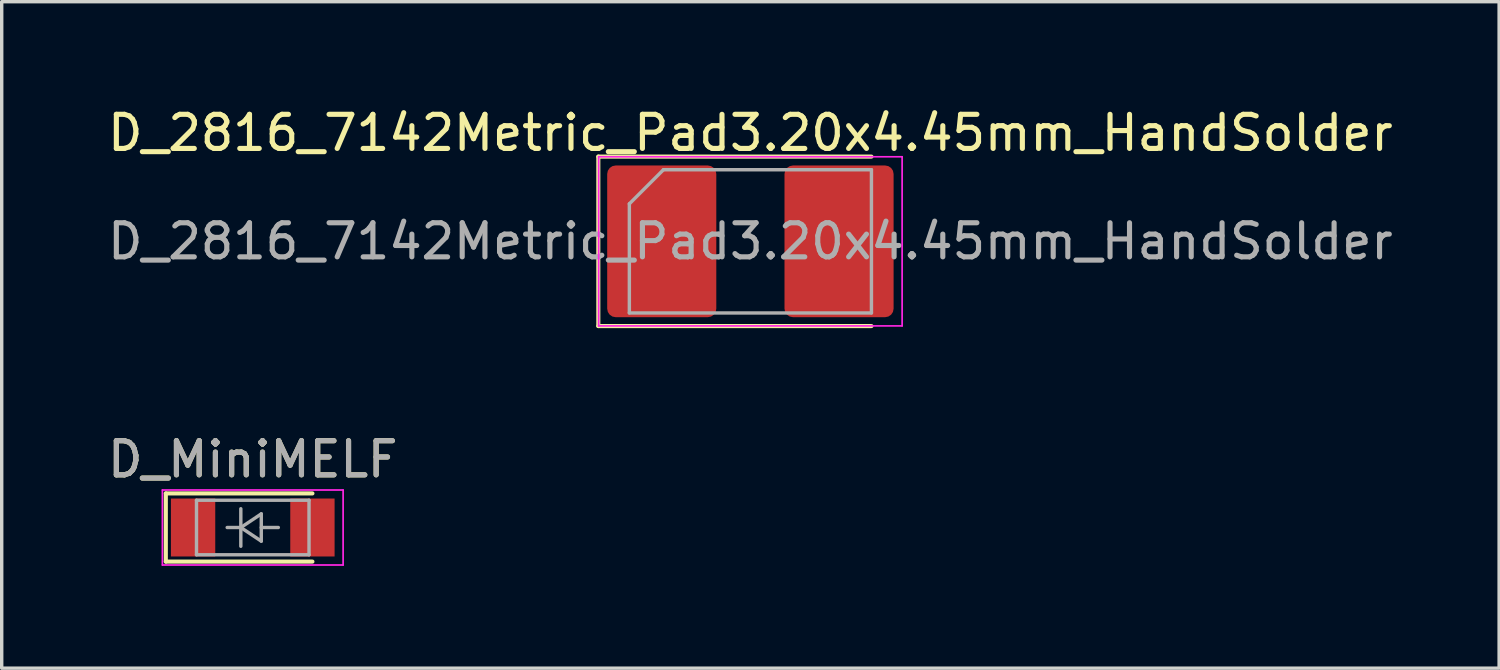
<source format=kicad_pcb>
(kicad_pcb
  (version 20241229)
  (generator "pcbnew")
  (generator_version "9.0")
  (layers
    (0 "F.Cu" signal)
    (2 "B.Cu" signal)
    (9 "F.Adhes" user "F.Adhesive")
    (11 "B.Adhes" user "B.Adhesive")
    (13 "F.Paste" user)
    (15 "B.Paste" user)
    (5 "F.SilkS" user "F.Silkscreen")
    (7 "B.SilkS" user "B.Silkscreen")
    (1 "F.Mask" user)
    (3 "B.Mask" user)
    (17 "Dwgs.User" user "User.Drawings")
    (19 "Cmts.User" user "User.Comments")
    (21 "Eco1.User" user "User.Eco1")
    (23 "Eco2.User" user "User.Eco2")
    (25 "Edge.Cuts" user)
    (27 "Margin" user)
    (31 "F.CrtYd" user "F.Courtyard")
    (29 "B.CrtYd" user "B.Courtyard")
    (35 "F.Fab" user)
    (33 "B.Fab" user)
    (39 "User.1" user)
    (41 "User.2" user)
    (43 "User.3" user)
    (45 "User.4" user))
  (footprint "D_2816_7142Metric_Pad3.20x4.45mm_HandSolder"
    (layer "F.Cu")
    (at 18.958 4.028)
    (property "Reference" "D_2816_7142Metric_Pad3.20x4.45mm_HandSolder" (at 0 -3.18 0) (layer "F.SilkS") (effects (font (size 1 1) (thickness 0.15))))
    (attr smd)
    (fp_line (start -4.46 -2.485) (end -4.46 2.485) (stroke (width 0.12) (type solid)) (layer "F.SilkS"))
    (fp_line (start -4.46 2.485) (end 3.55 2.485) (stroke (width 0.12) (type solid)) (layer "F.SilkS"))
    (fp_line (start 3.55 -2.485) (end -4.46 -2.485) (stroke (width 0.12) (type solid)) (layer "F.SilkS"))
    (fp_line (start -4.45 -2.48) (end 4.45 -2.48) (stroke (width 0.05) (type solid)) (layer "F.CrtYd"))
    (fp_line (start -4.45 2.48) (end -4.45 -2.48) (stroke (width 0.05) (type solid)) (layer "F.CrtYd"))
    (fp_line (start 4.45 -2.48) (end 4.45 2.48) (stroke (width 0.05) (type solid)) (layer "F.CrtYd"))
    (fp_line (start 4.45 2.48) (end -4.45 2.48) (stroke (width 0.05) (type solid)) (layer "F.CrtYd"))
    (fp_line (start -3.55 -1.1) (end -3.55 2.1) (stroke (width 0.1) (type solid)) (layer "F.Fab"))
    (fp_line (start -3.55 2.1) (end 3.55 2.1) (stroke (width 0.1) (type solid)) (layer "F.Fab"))
    (fp_line (start -2.55 -2.1) (end -3.55 -1.1) (stroke (width 0.1) (type solid)) (layer "F.Fab"))
    (fp_line (start 3.55 -2.1) (end -2.55 -2.1) (stroke (width 0.1) (type solid)) (layer "F.Fab"))
    (fp_line (start 3.55 2.1) (end 3.55 -2.1) (stroke (width 0.1) (type solid)) (layer "F.Fab"))
    (fp_text user "${REFERENCE}" (at 0 0 0) (layer "F.Fab") (effects (font (size 1 1) (thickness 0.15))))
    (pad "1" smd roundrect (at -2.6 0) (size 3.2 4.45) (layers "F.Cu" "F.Mask" "F.Paste") (roundrect_rratio 0.078))
    (pad "2" smd roundrect (at 2.6 0) (size 3.2 4.45) (layers "F.Cu" "F.Mask" "F.Paste") (roundrect_rratio 0.078)))
  (footprint "D_MiniMELF"
    (layer "F.Cu")
    (at 4.363 12.421)
    (property "Reference" "D_MiniMELF" (at 0 -2 0) (layer "F.SilkS") (effects (font (size 1 1) (thickness 0.15))))
    (attr smd)
    (fp_line (start -2.55 -1) (end -2.55 1) (stroke (width 0.12) (type solid)) (layer "F.SilkS"))
    (fp_line (start -2.55 1) (end 1.75 1) (stroke (width 0.12) (type solid)) (layer "F.SilkS"))
    (fp_line (start 1.75 -1) (end -2.55 -1) (stroke (width 0.12) (type solid)) (layer "F.SilkS"))
    (fp_line (start -2.65 -1.1) (end 2.65 -1.1) (stroke (width 0.05) (type solid)) (layer "F.CrtYd"))
    (fp_line (start -2.65 1.1) (end -2.65 -1.1) (stroke (width 0.05) (type solid)) (layer "F.CrtYd"))
    (fp_line (start 2.65 -1.1) (end 2.65 1.1) (stroke (width 0.05) (type solid)) (layer "F.CrtYd"))
    (fp_line (start 2.65 1.1) (end -2.65 1.1) (stroke (width 0.05) (type solid)) (layer "F.CrtYd"))
    (fp_line (start -1.65 -0.8) (end 1.65 -0.8) (stroke (width 0.1) (type solid)) (layer "F.Fab"))
    (fp_line (start -1.65 0.8) (end -1.65 -0.8) (stroke (width 0.1) (type solid)) (layer "F.Fab"))
    (fp_line (start -0.75 0) (end -0.35 0) (stroke (width 0.1) (type solid)) (layer "F.Fab"))
    (fp_line (start -0.35 0) (end -0.35 -0.55) (stroke (width 0.1) (type solid)) (layer "F.Fab"))
    (fp_line (start -0.35 0) (end -0.35 0.55) (stroke (width 0.1) (type solid)) (layer "F.Fab"))
    (fp_line (start -0.35 0) (end 0.25 -0.4) (stroke (width 0.1) (type solid)) (layer "F.Fab"))
    (fp_line (start 0.25 -0.4) (end 0.25 0.4) (stroke (width 0.1) (type solid)) (layer "F.Fab"))
    (fp_line (start 0.25 0) (end 0.75 0) (stroke (width 0.1) (type solid)) (layer "F.Fab"))
    (fp_line (start 0.25 0.4) (end -0.35 0) (stroke (width 0.1) (type solid)) (layer "F.Fab"))
    (fp_line (start 1.65 -0.8) (end 1.65 0.8) (stroke (width 0.1) (type solid)) (layer "F.Fab"))
    (fp_line (start 1.65 0.8) (end -1.65 0.8) (stroke (width 0.1) (type solid)) (layer "F.Fab"))
    (fp_text user "${REFERENCE}" (at 0 -2 0) (layer "F.Fab") (effects (font (size 1 1) (thickness 0.15))))
    (pad "1" smd rect (at -1.75 0) (size 1.3 1.7) (layers "F.Cu" "F.Mask" "F.Paste"))
    (pad "2" smd rect (at 1.75 0) (size 1.3 1.7) (layers "F.Cu" "F.Mask" "F.Paste")))
  (gr_rect
    (start -3 -3)
    (end 40.917 16.547)
    (stroke (width 0.1) (type default))
    (fill no)
    (layer "Edge.Cuts")))
</source>
